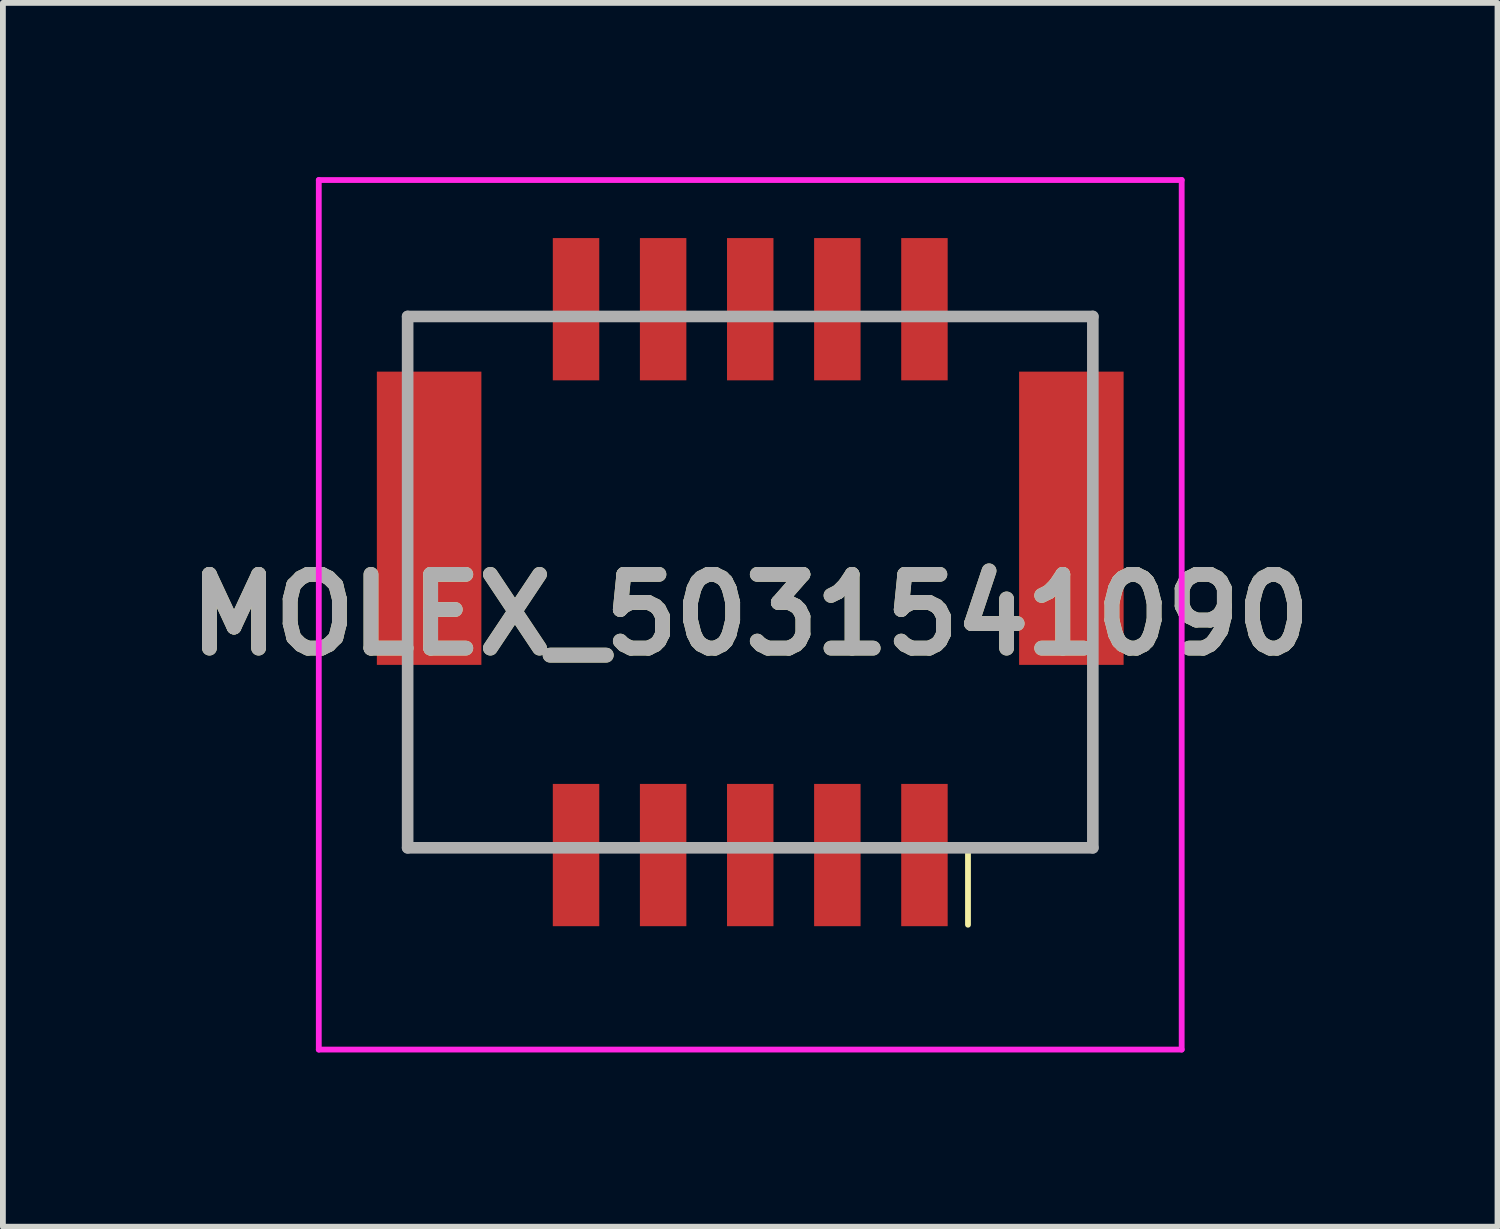
<source format=kicad_pcb>
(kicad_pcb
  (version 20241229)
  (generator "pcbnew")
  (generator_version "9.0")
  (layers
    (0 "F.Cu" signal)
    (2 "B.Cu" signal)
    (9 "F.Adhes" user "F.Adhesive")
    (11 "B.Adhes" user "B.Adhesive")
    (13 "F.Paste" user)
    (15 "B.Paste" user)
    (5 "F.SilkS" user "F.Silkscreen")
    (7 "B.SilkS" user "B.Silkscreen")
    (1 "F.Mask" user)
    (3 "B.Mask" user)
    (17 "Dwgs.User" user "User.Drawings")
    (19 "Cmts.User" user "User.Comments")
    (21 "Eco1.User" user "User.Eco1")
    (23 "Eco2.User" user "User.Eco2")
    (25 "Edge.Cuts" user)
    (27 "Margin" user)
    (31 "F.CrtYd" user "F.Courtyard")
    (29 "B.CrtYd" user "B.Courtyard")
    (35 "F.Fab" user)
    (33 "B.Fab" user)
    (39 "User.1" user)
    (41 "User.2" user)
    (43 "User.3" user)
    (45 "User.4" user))
  (footprint "MOLEX_5031541090"
    (layer "F.Cu")
    (at 9.87 6.975)
    (property "Reference" "MOLEX_5031541090" (at 0 0.562 0) (layer "F.SilkS") (effects (font (size 1.27 1.27) (thickness 0.254))))
    (attr smd)
    (fp_line (start -5.9 -4.575) (end -5.9 -4.575) (stroke (width 0.1) (type solid)) (layer "F.SilkS"))
    (fp_line (start -5.9 -4.575) (end -5.9 -4.575) (stroke (width 0.1) (type solid)) (layer "F.SilkS"))
    (fp_line (start -5.9 -4.575) (end -5.9 -4.25) (stroke (width 0.1) (type solid)) (layer "F.SilkS"))
    (fp_line (start -5.9 -4.575) (end -4.25 -4.575) (stroke (width 0.1) (type solid)) (layer "F.SilkS"))
    (fp_line (start -5.9 -4.25) (end -5.9 -4.575) (stroke (width 0.1) (type solid)) (layer "F.SilkS"))
    (fp_line (start -5.9 -4.25) (end -5.9 -4.25) (stroke (width 0.1) (type solid)) (layer "F.SilkS"))
    (fp_line (start -5.9 2) (end -5.9 2) (stroke (width 0.1) (type solid)) (layer "F.SilkS"))
    (fp_line (start -5.9 2) (end -5.9 4.575) (stroke (width 0.1) (type solid)) (layer "F.SilkS"))
    (fp_line (start -5.9 4.575) (end -5.9 2) (stroke (width 0.1) (type solid)) (layer "F.SilkS"))
    (fp_line (start -5.9 4.575) (end -5.9 4.575) (stroke (width 0.1) (type solid)) (layer "F.SilkS"))
    (fp_line (start -5.9 4.575) (end -5.9 4.575) (stroke (width 0.1) (type solid)) (layer "F.SilkS"))
    (fp_line (start -5.9 4.575) (end -4 4.575) (stroke (width 0.1) (type solid)) (layer "F.SilkS"))
    (fp_line (start -4.25 -4.575) (end -5.9 -4.575) (stroke (width 0.1) (type solid)) (layer "F.SilkS"))
    (fp_line (start -4.25 -4.575) (end -4.25 -4.575) (stroke (width 0.1) (type solid)) (layer "F.SilkS"))
    (fp_line (start -4 4.575) (end -5.9 4.575) (stroke (width 0.1) (type solid)) (layer "F.SilkS"))
    (fp_line (start -4 4.575) (end -4 4.575) (stroke (width 0.1) (type solid)) (layer "F.SilkS"))
    (fp_line (start 3.75 -4.575) (end 3.75 -4.575) (stroke (width 0.1) (type solid)) (layer "F.SilkS"))
    (fp_line (start 3.75 -4.575) (end 5.9 -4.575) (stroke (width 0.1) (type solid)) (layer "F.SilkS"))
    (fp_line (start 3.75 4.575) (end 3.75 4.575) (stroke (width 0.1) (type solid)) (layer "F.SilkS"))
    (fp_line (start 3.75 4.575) (end 3.75 5.9) (stroke (width 0.1) (type solid)) (layer "F.SilkS"))
    (fp_line (start 3.75 4.575) (end 5.9 4.575) (stroke (width 0.1) (type solid)) (layer "F.SilkS"))
    (fp_line (start 5.9 -4.575) (end 3.75 -4.575) (stroke (width 0.1) (type solid)) (layer "F.SilkS"))
    (fp_line (start 5.9 -4.575) (end 5.9 -4.575) (stroke (width 0.1) (type solid)) (layer "F.SilkS"))
    (fp_line (start 5.9 -4.575) (end 5.9 -4.575) (stroke (width 0.1) (type solid)) (layer "F.SilkS"))
    (fp_line (start 5.9 -4.575) (end 5.9 -4.25) (stroke (width 0.1) (type solid)) (layer "F.SilkS"))
    (fp_line (start 5.9 -4.25) (end 5.9 -4.575) (stroke (width 0.1) (type solid)) (layer "F.SilkS"))
    (fp_line (start 5.9 -4.25) (end 5.9 -4.25) (stroke (width 0.1) (type solid)) (layer "F.SilkS"))
    (fp_line (start 5.9 2) (end 5.9 2) (stroke (width 0.1) (type solid)) (layer "F.SilkS"))
    (fp_line (start 5.9 2) (end 5.9 4.575) (stroke (width 0.1) (type solid)) (layer "F.SilkS"))
    (fp_line (start 5.9 4.575) (end 3.75 4.575) (stroke (width 0.1) (type solid)) (layer "F.SilkS"))
    (fp_line (start 5.9 4.575) (end 5.9 2) (stroke (width 0.1) (type solid)) (layer "F.SilkS"))
    (fp_line (start 5.9 4.575) (end 5.9 4.575) (stroke (width 0.1) (type solid)) (layer "F.SilkS"))
    (fp_line (start 5.9 4.575) (end 5.9 4.575) (stroke (width 0.1) (type solid)) (layer "F.SilkS"))
    (fp_line (start -7.43 -6.925) (end 7.43 -6.925) (stroke (width 0.1) (type solid)) (layer "F.CrtYd"))
    (fp_line (start -7.43 8.05) (end -7.43 -6.925) (stroke (width 0.1) (type solid)) (layer "F.CrtYd"))
    (fp_line (start 7.43 -6.925) (end 7.43 8.05) (stroke (width 0.1) (type solid)) (layer "F.CrtYd"))
    (fp_line (start 7.43 8.05) (end -7.43 8.05) (stroke (width 0.1) (type solid)) (layer "F.CrtYd"))
    (fp_line (start -5.9 -4.575) (end -5.9 4.575) (stroke (width 0.2) (type solid)) (layer "F.Fab"))
    (fp_line (start -5.9 4.575) (end 5.9 4.575) (stroke (width 0.2) (type solid)) (layer "F.Fab"))
    (fp_line (start 5.9 -4.575) (end -5.9 -4.575) (stroke (width 0.2) (type solid)) (layer "F.Fab"))
    (fp_line (start 5.9 4.575) (end 5.9 -4.575) (stroke (width 0.2) (type solid)) (layer "F.Fab"))
    (fp_text user "${REFERENCE}" (at 0 0.562 0) (layer "F.Fab") (effects (font (size 1.27 1.27) (thickness 0.254))))
    (pad "1" smd rect (at 3 4.7) (size 0.8 2.45) (layers "F.Cu" "F.Mask" "F.Paste"))
    (pad "2" smd rect (at 3 -4.7) (size 0.8 2.45) (layers "F.Cu" "F.Mask" "F.Paste"))
    (pad "3" smd rect (at 1.5 4.7) (size 0.8 2.45) (layers "F.Cu" "F.Mask" "F.Paste"))
    (pad "4" smd rect (at 1.5 -4.7) (size 0.8 2.45) (layers "F.Cu" "F.Mask" "F.Paste"))
    (pad "5" smd rect (at 0 4.7) (size 0.8 2.45) (layers "F.Cu" "F.Mask" "F.Paste"))
    (pad "6" smd rect (at 0 -4.7) (size 0.8 2.45) (layers "F.Cu" "F.Mask" "F.Paste"))
    (pad "7" smd rect (at -1.5 4.7) (size 0.8 2.45) (layers "F.Cu" "F.Mask" "F.Paste"))
    (pad "8" smd rect (at -1.5 -4.7) (size 0.8 2.45) (layers "F.Cu" "F.Mask" "F.Paste"))
    (pad "9" smd rect (at -3 4.7) (size 0.8 2.45) (layers "F.Cu" "F.Mask" "F.Paste"))
    (pad "10" smd rect (at -3 -4.7) (size 0.8 2.45) (layers "F.Cu" "F.Mask" "F.Paste"))
    (pad "MP" smd rect (at -5.53 -1.1) (size 1.8 5.05) (layers "F.Cu" "F.Mask" "F.Paste"))
    (pad "MP" smd rect (at 5.53 -1.1) (size 1.8 5.05) (layers "F.Cu" "F.Mask" "F.Paste")))
  (gr_rect
    (start -3 -3)
    (end 22.739 18.075)
    (stroke (width 0.1) (type default))
    (fill no)
    (layer "Edge.Cuts")))
</source>
